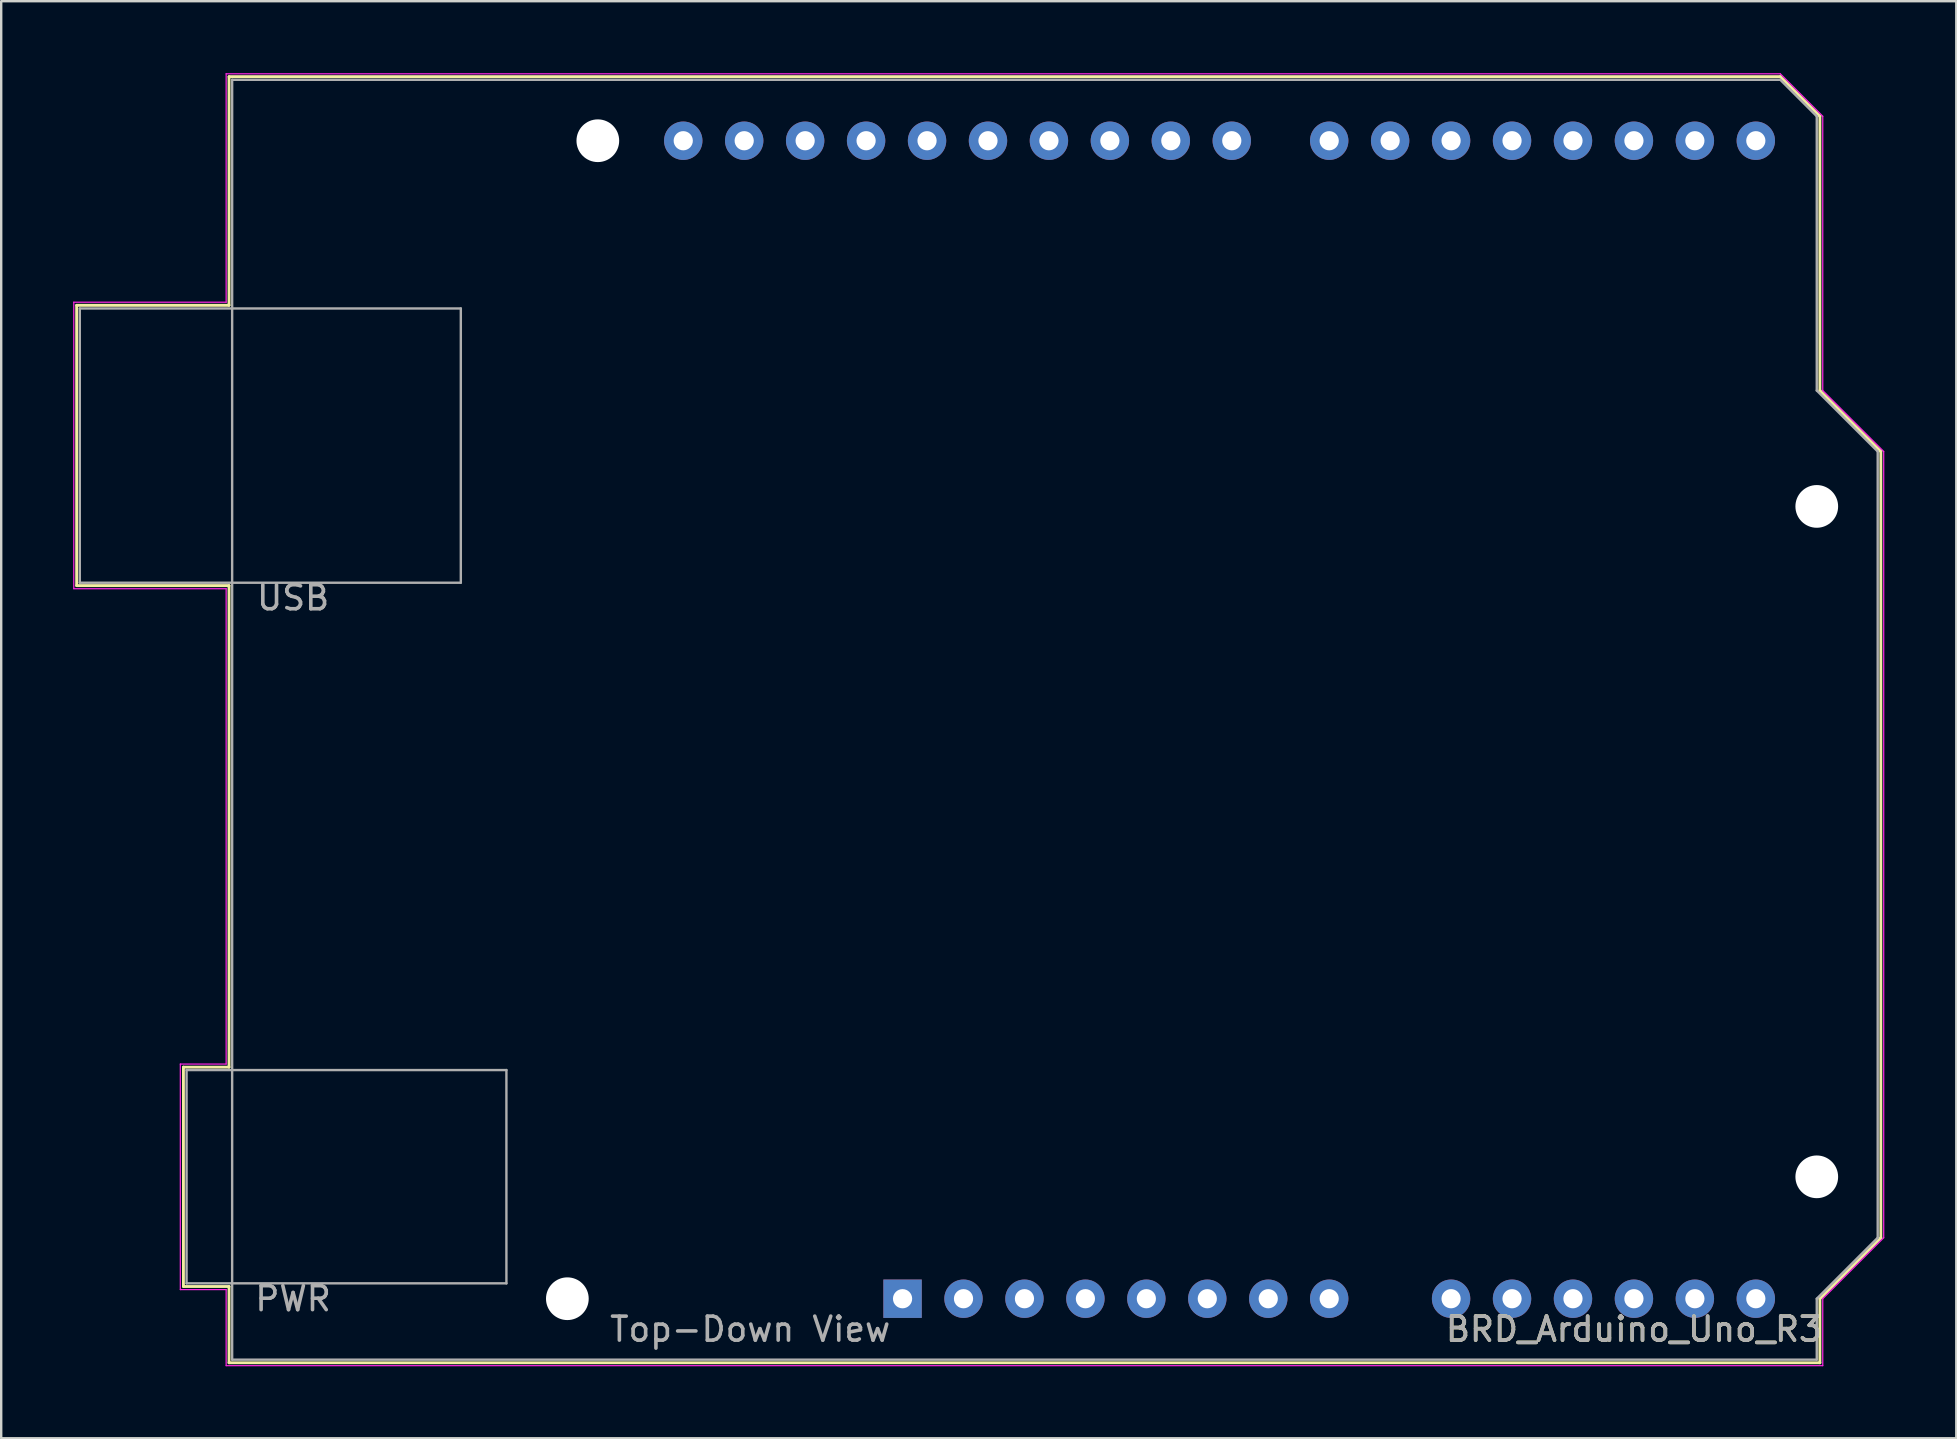
<source format=kicad_pcb>
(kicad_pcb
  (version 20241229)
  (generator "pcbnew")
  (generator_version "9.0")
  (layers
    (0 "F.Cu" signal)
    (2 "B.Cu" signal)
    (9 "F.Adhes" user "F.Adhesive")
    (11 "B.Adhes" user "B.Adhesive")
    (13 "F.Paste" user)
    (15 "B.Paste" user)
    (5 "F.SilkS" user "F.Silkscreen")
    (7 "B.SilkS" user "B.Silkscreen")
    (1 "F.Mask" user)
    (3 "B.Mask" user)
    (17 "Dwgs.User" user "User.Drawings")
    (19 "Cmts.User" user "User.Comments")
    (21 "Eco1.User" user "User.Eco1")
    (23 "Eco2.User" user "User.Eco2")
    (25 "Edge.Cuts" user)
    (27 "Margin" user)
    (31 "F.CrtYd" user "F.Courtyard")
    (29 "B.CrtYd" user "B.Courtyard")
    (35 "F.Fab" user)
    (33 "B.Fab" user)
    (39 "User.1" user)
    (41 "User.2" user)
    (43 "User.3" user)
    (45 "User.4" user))
  (footprint "BRD_Arduino_Uno_R3"
    (layer "F.Cu")
    (at 34.565 51.075)
    (property "Reference" "BRD_Arduino_Uno_R3" (at 30.48 1.27 180) (layer "F.SilkS") (effects (font (size 1 1) (thickness 0.15))))
    (attr through_hole)
    (fp_line (start -34.42 -41.4) (end -28.07 -41.4) (stroke (width 0.12) (type solid)) (layer "F.SilkS"))
    (fp_line (start -34.42 -29.72) (end -34.42 -41.4) (stroke (width 0.12) (type solid)) (layer "F.SilkS"))
    (fp_line (start -29.97 -9.65) (end -28.07 -9.65) (stroke (width 0.12) (type solid)) (layer "F.SilkS"))
    (fp_line (start -29.97 -0.51) (end -29.97 -9.65) (stroke (width 0.12) (type solid)) (layer "F.SilkS"))
    (fp_line (start -28.07 -50.93) (end 36.58 -50.93) (stroke (width 0.12) (type solid)) (layer "F.SilkS"))
    (fp_line (start -28.07 -41.4) (end -28.07 -50.93) (stroke (width 0.12) (type solid)) (layer "F.SilkS"))
    (fp_line (start -28.07 -29.72) (end -34.42 -29.72) (stroke (width 0.12) (type solid)) (layer "F.SilkS"))
    (fp_line (start -28.07 -9.65) (end -28.07 -29.72) (stroke (width 0.12) (type solid)) (layer "F.SilkS"))
    (fp_line (start -28.07 -0.51) (end -29.97 -0.51) (stroke (width 0.12) (type solid)) (layer "F.SilkS"))
    (fp_line (start -28.07 2.67) (end -28.07 -0.51) (stroke (width 0.12) (type solid)) (layer "F.SilkS"))
    (fp_line (start 36.58 -50.93) (end 38.23 -49.28) (stroke (width 0.12) (type solid)) (layer "F.SilkS"))
    (fp_line (start 38.23 -49.28) (end 38.23 -37.85) (stroke (width 0.12) (type solid)) (layer "F.SilkS"))
    (fp_line (start 38.23 -37.85) (end 40.77 -35.31) (stroke (width 0.12) (type solid)) (layer "F.SilkS"))
    (fp_line (start 38.23 0) (end 38.23 2.67) (stroke (width 0.12) (type solid)) (layer "F.SilkS"))
    (fp_line (start 38.23 2.67) (end -28.07 2.67) (stroke (width 0.12) (type solid)) (layer "F.SilkS"))
    (fp_line (start 40.77 -35.31) (end 40.77 -2.54) (stroke (width 0.12) (type solid)) (layer "F.SilkS"))
    (fp_line (start 40.77 -2.54) (end 38.23 0) (stroke (width 0.12) (type solid)) (layer "F.SilkS"))
    (fp_line (start -34.54 -41.53) (end -34.54 -29.59) (stroke (width 0.05) (type solid)) (layer "F.CrtYd"))
    (fp_line (start -34.54 -29.59) (end -28.19 -29.59) (stroke (width 0.05) (type solid)) (layer "F.CrtYd"))
    (fp_line (start -30.1 -9.78) (end -30.1 -0.38) (stroke (width 0.05) (type solid)) (layer "F.CrtYd"))
    (fp_line (start -30.1 -0.38) (end -28.19 -0.38) (stroke (width 0.05) (type solid)) (layer "F.CrtYd"))
    (fp_line (start -28.19 -51.05) (end -28.19 -41.53) (stroke (width 0.05) (type solid)) (layer "F.CrtYd"))
    (fp_line (start -28.19 -41.53) (end -34.54 -41.53) (stroke (width 0.05) (type solid)) (layer "F.CrtYd"))
    (fp_line (start -28.19 -29.59) (end -28.19 -9.78) (stroke (width 0.05) (type solid)) (layer "F.CrtYd"))
    (fp_line (start -28.19 -9.78) (end -30.1 -9.78) (stroke (width 0.05) (type solid)) (layer "F.CrtYd"))
    (fp_line (start -28.19 -0.38) (end -28.19 2.79) (stroke (width 0.05) (type solid)) (layer "F.CrtYd"))
    (fp_line (start -28.19 2.79) (end 38.35 2.79) (stroke (width 0.05) (type solid)) (layer "F.CrtYd"))
    (fp_line (start 36.58 -51.05) (end -28.19 -51.05) (stroke (width 0.05) (type solid)) (layer "F.CrtYd"))
    (fp_line (start 38.35 -49.28) (end 36.58 -51.05) (stroke (width 0.05) (type solid)) (layer "F.CrtYd"))
    (fp_line (start 38.35 -37.85) (end 38.35 -49.28) (stroke (width 0.05) (type solid)) (layer "F.CrtYd"))
    (fp_line (start 38.35 0) (end 40.89 -2.54) (stroke (width 0.05) (type solid)) (layer "F.CrtYd"))
    (fp_line (start 38.35 2.79) (end 38.35 0) (stroke (width 0.05) (type solid)) (layer "F.CrtYd"))
    (fp_line (start 40.89 -35.31) (end 38.35 -37.85) (stroke (width 0.05) (type solid)) (layer "F.CrtYd"))
    (fp_line (start 40.89 -2.54) (end 40.89 -35.31) (stroke (width 0.05) (type solid)) (layer "F.CrtYd"))
    (fp_line (start -34.29 -41.27) (end -34.29 -29.84) (stroke (width 0.1) (type solid)) (layer "F.Fab"))
    (fp_line (start -34.29 -29.84) (end -18.41 -29.84) (stroke (width 0.1) (type solid)) (layer "F.Fab"))
    (fp_line (start -29.84 -9.53) (end -29.84 -0.64) (stroke (width 0.1) (type solid)) (layer "F.Fab"))
    (fp_line (start -29.84 -0.64) (end -16.51 -0.64) (stroke (width 0.1) (type solid)) (layer "F.Fab"))
    (fp_line (start -27.94 -50.8) (end -27.94 2.54) (stroke (width 0.1) (type solid)) (layer "F.Fab"))
    (fp_line (start -27.94 2.54) (end 38.1 2.54) (stroke (width 0.1) (type solid)) (layer "F.Fab"))
    (fp_line (start -18.41 -41.27) (end -34.29 -41.27) (stroke (width 0.1) (type solid)) (layer "F.Fab"))
    (fp_line (start -18.41 -29.84) (end -18.41 -41.27) (stroke (width 0.1) (type solid)) (layer "F.Fab"))
    (fp_line (start -16.51 -9.53) (end -29.84 -9.53) (stroke (width 0.1) (type solid)) (layer "F.Fab"))
    (fp_line (start -16.51 -0.64) (end -16.51 -9.53) (stroke (width 0.1) (type solid)) (layer "F.Fab"))
    (fp_line (start 36.58 -50.8) (end -27.94 -50.8) (stroke (width 0.1) (type solid)) (layer "F.Fab"))
    (fp_line (start 38.1 -49.28) (end 36.58 -50.8) (stroke (width 0.1) (type solid)) (layer "F.Fab"))
    (fp_line (start 38.1 -37.85) (end 38.1 -49.28) (stroke (width 0.1) (type solid)) (layer "F.Fab"))
    (fp_line (start 38.1 0) (end 40.64 -2.54) (stroke (width 0.1) (type solid)) (layer "F.Fab"))
    (fp_line (start 38.1 2.54) (end 38.1 0) (stroke (width 0.1) (type solid)) (layer "F.Fab"))
    (fp_line (start 40.64 -35.31) (end 38.1 -37.85) (stroke (width 0.1) (type solid)) (layer "F.Fab"))
    (fp_line (start 40.64 -2.54) (end 40.64 -35.31) (stroke (width 0.1) (type solid)) (layer "F.Fab"))
    (fp_text user "Top-Down View" (at -6.35 1.27 0) (layer "F.Fab") (effects (font (size 1 1) (thickness 0.15))))
    (fp_text user "PWR" (at -25.4 0 0) (layer "F.Fab") (effects (font (size 1 1) (thickness 0.15))))
    (fp_text user "USB" (at -25.4 -29.21 0) (layer "F.Fab") (effects (font (size 1 1) (thickness 0.15))))
    (fp_text user "${REFERENCE}" (at 30.48 1.27 180) (layer "F.Fab") (effects (font (size 1 1) (thickness 0.15))))
    (pad "" np_thru_hole circle (at -13.97 0 90) (size 1.78 1.78) (drill 1.78) (layers "*.Cu" "*.Mask"))
    (pad "" np_thru_hole circle (at -12.7 -48.26 90) (size 1.78 1.78) (drill 1.78) (layers "*.Cu" "*.Mask"))
    (pad "" np_thru_hole circle (at 38.1 -33.02 90) (size 1.78 1.78) (drill 1.78) (layers "*.Cu" "*.Mask"))
    (pad "" np_thru_hole circle (at 38.1 -5.08 90) (size 1.78 1.78) (drill 1.78) (layers "*.Cu" "*.Mask"))
    (pad "1" thru_hole rect (at 0 0 90) (size 1.6 1.6) (drill 0.8) (layers "*.Cu" "*.Mask"))
    (pad "2" thru_hole oval (at 2.54 0 90) (size 1.6 1.6) (drill 0.8) (layers "*.Cu" "*.Mask"))
    (pad "3" thru_hole oval (at 5.08 0 90) (size 1.6 1.6) (drill 0.8) (layers "*.Cu" "*.Mask"))
    (pad "4" thru_hole oval (at 7.62 0 90) (size 1.6 1.6) (drill 0.8) (layers "*.Cu" "*.Mask"))
    (pad "5" thru_hole oval (at 10.16 0 90) (size 1.6 1.6) (drill 0.8) (layers "*.Cu" "*.Mask"))
    (pad "6" thru_hole oval (at 12.7 0 90) (size 1.6 1.6) (drill 0.8) (layers "*.Cu" "*.Mask"))
    (pad "7" thru_hole oval (at 15.24 0 90) (size 1.6 1.6) (drill 0.8) (layers "*.Cu" "*.Mask"))
    (pad "8" thru_hole oval (at 17.78 0 90) (size 1.6 1.6) (drill 0.8) (layers "*.Cu" "*.Mask"))
    (pad "9" thru_hole oval (at 22.86 0 90) (size 1.6 1.6) (drill 0.8) (layers "*.Cu" "*.Mask"))
    (pad "10" thru_hole oval (at 25.4 0 90) (size 1.6 1.6) (drill 0.8) (layers "*.Cu" "*.Mask"))
    (pad "11" thru_hole oval (at 27.94 0 90) (size 1.6 1.6) (drill 0.8) (layers "*.Cu" "*.Mask"))
    (pad "12" thru_hole oval (at 30.48 0 90) (size 1.6 1.6) (drill 0.8) (layers "*.Cu" "*.Mask"))
    (pad "13" thru_hole oval (at 33.02 0 90) (size 1.6 1.6) (drill 0.8) (layers "*.Cu" "*.Mask"))
    (pad "14" thru_hole oval (at 35.56 0 90) (size 1.6 1.6) (drill 0.8) (layers "*.Cu" "*.Mask"))
    (pad "15" thru_hole oval (at 35.56 -48.26 90) (size 1.6 1.6) (drill 0.8) (layers "*.Cu" "*.Mask"))
    (pad "16" thru_hole oval (at 33.02 -48.26 90) (size 1.6 1.6) (drill 0.8) (layers "*.Cu" "*.Mask"))
    (pad "17" thru_hole oval (at 30.48 -48.26 90) (size 1.6 1.6) (drill 0.8) (layers "*.Cu" "*.Mask"))
    (pad "18" thru_hole oval (at 27.94 -48.26 90) (size 1.6 1.6) (drill 0.8) (layers "*.Cu" "*.Mask"))
    (pad "19" thru_hole oval (at 25.4 -48.26 90) (size 1.6 1.6) (drill 0.8) (layers "*.Cu" "*.Mask"))
    (pad "20" thru_hole oval (at 22.86 -48.26 90) (size 1.6 1.6) (drill 0.8) (layers "*.Cu" "*.Mask"))
    (pad "21" thru_hole oval (at 20.32 -48.26 90) (size 1.6 1.6) (drill 0.8) (layers "*.Cu" "*.Mask"))
    (pad "22" thru_hole oval (at 17.78 -48.26 90) (size 1.6 1.6) (drill 0.8) (layers "*.Cu" "*.Mask"))
    (pad "23" thru_hole oval (at 13.72 -48.26 90) (size 1.6 1.6) (drill 0.8) (layers "*.Cu" "*.Mask"))
    (pad "24" thru_hole oval (at 11.18 -48.26 90) (size 1.6 1.6) (drill 0.8) (layers "*.Cu" "*.Mask"))
    (pad "25" thru_hole oval (at 8.64 -48.26 90) (size 1.6 1.6) (drill 0.8) (layers "*.Cu" "*.Mask"))
    (pad "26" thru_hole oval (at 6.1 -48.26 90) (size 1.6 1.6) (drill 0.8) (layers "*.Cu" "*.Mask"))
    (pad "27" thru_hole oval (at 3.56 -48.26 90) (size 1.6 1.6) (drill 0.8) (layers "*.Cu" "*.Mask"))
    (pad "28" thru_hole oval (at 1.02 -48.26 90) (size 1.6 1.6) (drill 0.8) (layers "*.Cu" "*.Mask"))
    (pad "29" thru_hole oval (at -1.52 -48.26 90) (size 1.6 1.6) (drill 0.8) (layers "*.Cu" "*.Mask"))
    (pad "30" thru_hole oval (at -4.06 -48.26 90) (size 1.6 1.6) (drill 0.8) (layers "*.Cu" "*.Mask"))
    (pad "31" thru_hole oval (at -6.6 -48.26 90) (size 1.6 1.6) (drill 0.8) (layers "*.Cu" "*.Mask"))
    (pad "32" thru_hole oval (at -9.14 -48.26 90) (size 1.6 1.6) (drill 0.8) (layers "*.Cu" "*.Mask")))
  (gr_rect
    (start -3 -3)
    (end 78.48 56.89)
    (stroke (width 0.1) (type default))
    (fill no)
    (layer "Edge.Cuts")))
</source>
